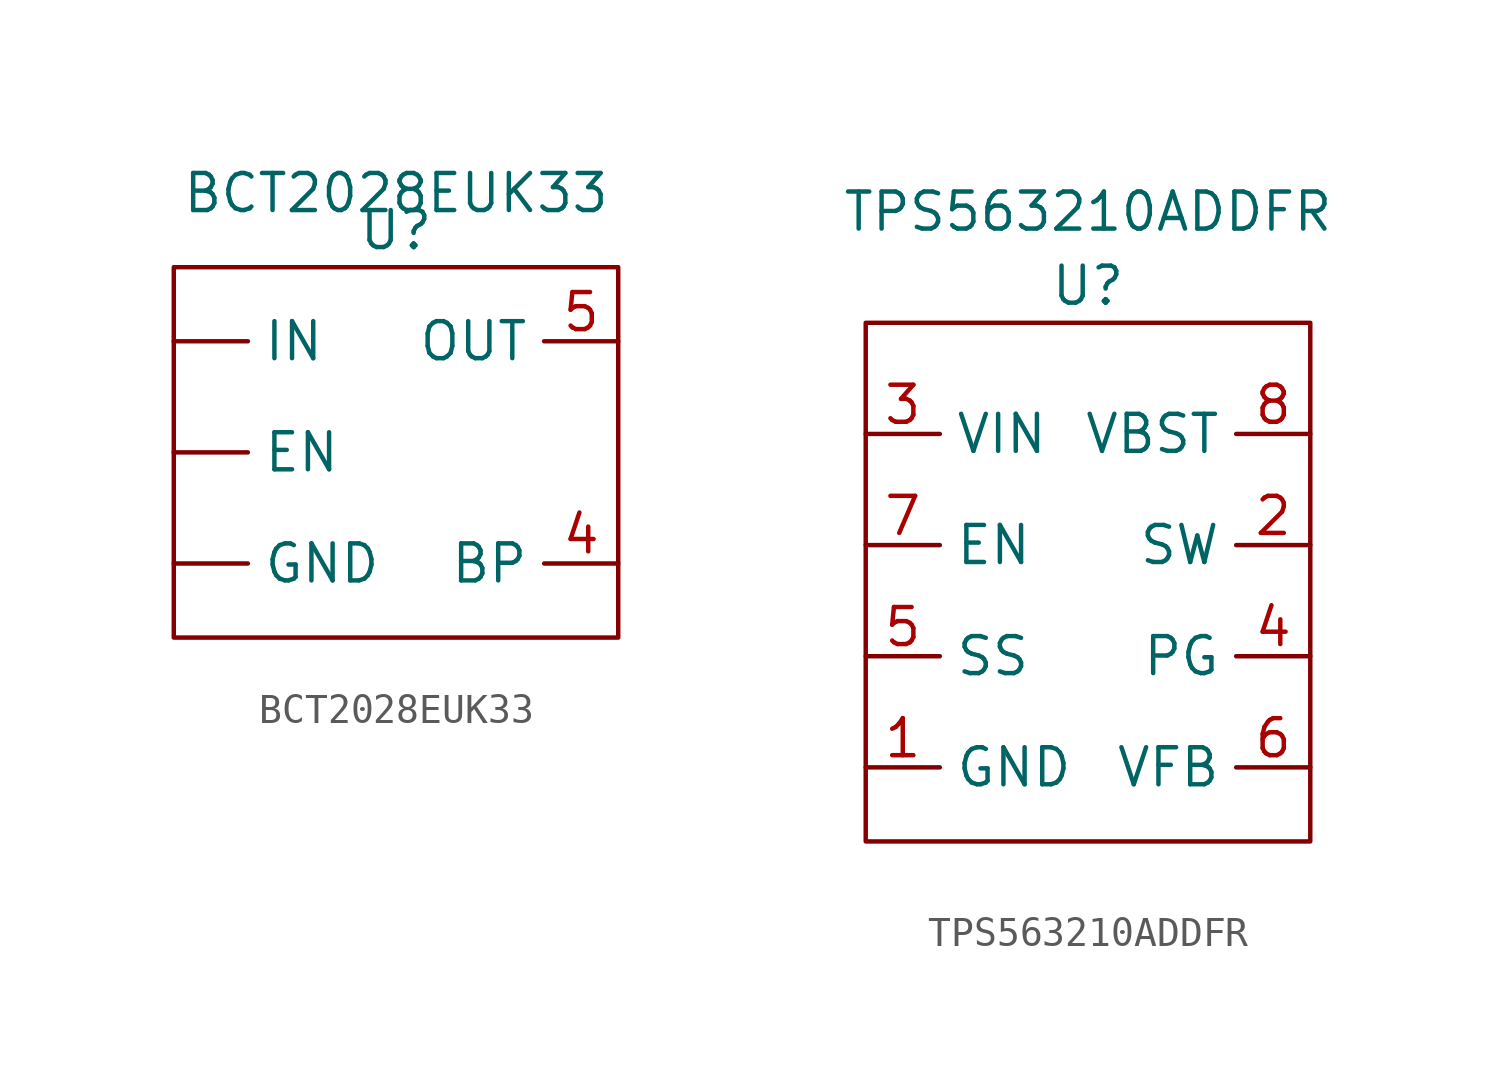
<source format=kicad_sym>
(kicad_symbol_lib
  (version 20211014)
  (generator kicad_symbol_editor)
  (symbol "BCT2028EUK33"
    (property "Reference" "U"
      (at 0 1.27 0)
      (effects (font (size 1.27 1.27))))
    (property "Value" "BCT2028EUK33"
      (at 0 2.54 0)
      (effects (font (size 1.27 1.27))))
    (symbol "BCT2028EUK33_0_1"
      (rectangle (start 7.62 0) (end -7.62 -12.7) (stroke (width 0) (type default) (color 0 0 0 0)) (fill (type none))))
    (symbol "BCT2028EUK33_1_1"
      (pin input line (at -7.62 -6.35 0) (length 2.54) (name "EN" (effects (font (size 1.27 1.27)))) (number "" (effects (font (size 1.27 1.27)))))
      (pin power_in line (at -7.62 -10.16 0) (length 2.54) (name "GND" (effects (font (size 1.27 1.27)))) (number "" (effects (font (size 1.27 1.27)))))
      (pin power_in line (at -7.62 -2.54 0) (length 2.54) (name "IN" (effects (font (size 1.27 1.27)))) (number "" (effects (font (size 1.27 1.27)))))
      (pin passive line (at 7.62 -10.16 180) (length 2.54) (name "BP" (effects (font (size 1.27 1.27)))) (number "4" (effects (font (size 1.27 1.27)))))
      (pin power_out line (at 7.62 -2.54 180) (length 2.54) (name "OUT" (effects (font (size 1.27 1.27)))) (number "5" (effects (font (size 1.27 1.27)))))))
  (symbol "TPS563210ADDFR"
    (property "Reference" "U"
      (at 0 0 0)
      (effects (font (size 1.27 1.27))))
    (property "Value" "TPS563210ADDFR"
      (at 0 2.54 0)
      (effects (font (size 1.27 1.27))))
    (symbol "TPS563210ADDFR_0_1"
      (rectangle (start -7.62 -1.27) (end 7.62 -19.05) (stroke (width 0) (type default) (color 0 0 0 0)) (fill (type none))))
    (symbol "TPS563210ADDFR_1_1"
      (pin input line (at -7.62 -16.51 0) (length 2.54) (name "GND" (effects (font (size 1.27 1.27)))) (number "1" (effects (font (size 1.27 1.27)))))
      (pin input line (at 7.62 -8.89 180) (length 2.54) (name "SW" (effects (font (size 1.27 1.27)))) (number "2" (effects (font (size 1.27 1.27)))))
      (pin power_in line (at -7.62 -5.08 0) (length 2.54) (name "VIN" (effects (font (size 1.27 1.27)))) (number "3" (effects (font (size 1.27 1.27)))))
      (pin input line (at 7.62 -12.7 180) (length 2.54) (name "PG" (effects (font (size 1.27 1.27)))) (number "4" (effects (font (size 1.27 1.27)))))
      (pin passive line (at -7.62 -12.7 0) (length 2.54) (name "SS" (effects (font (size 1.27 1.27)))) (number "5" (effects (font (size 1.27 1.27)))))
      (pin input line (at 7.62 -16.51 180) (length 2.54) (name "VFB" (effects (font (size 1.27 1.27)))) (number "6" (effects (font (size 1.27 1.27)))))
      (pin input line (at -7.62 -8.89 0) (length 2.54) (name "EN" (effects (font (size 1.27 1.27)))) (number "7" (effects (font (size 1.27 1.27)))))
      (pin power_out line (at 7.62 -5.08 180) (length 2.54) (name "VBST" (effects (font (size 1.27 1.27)))) (number "8" (effects (font (size 1.27 1.27))))))))
</source>
